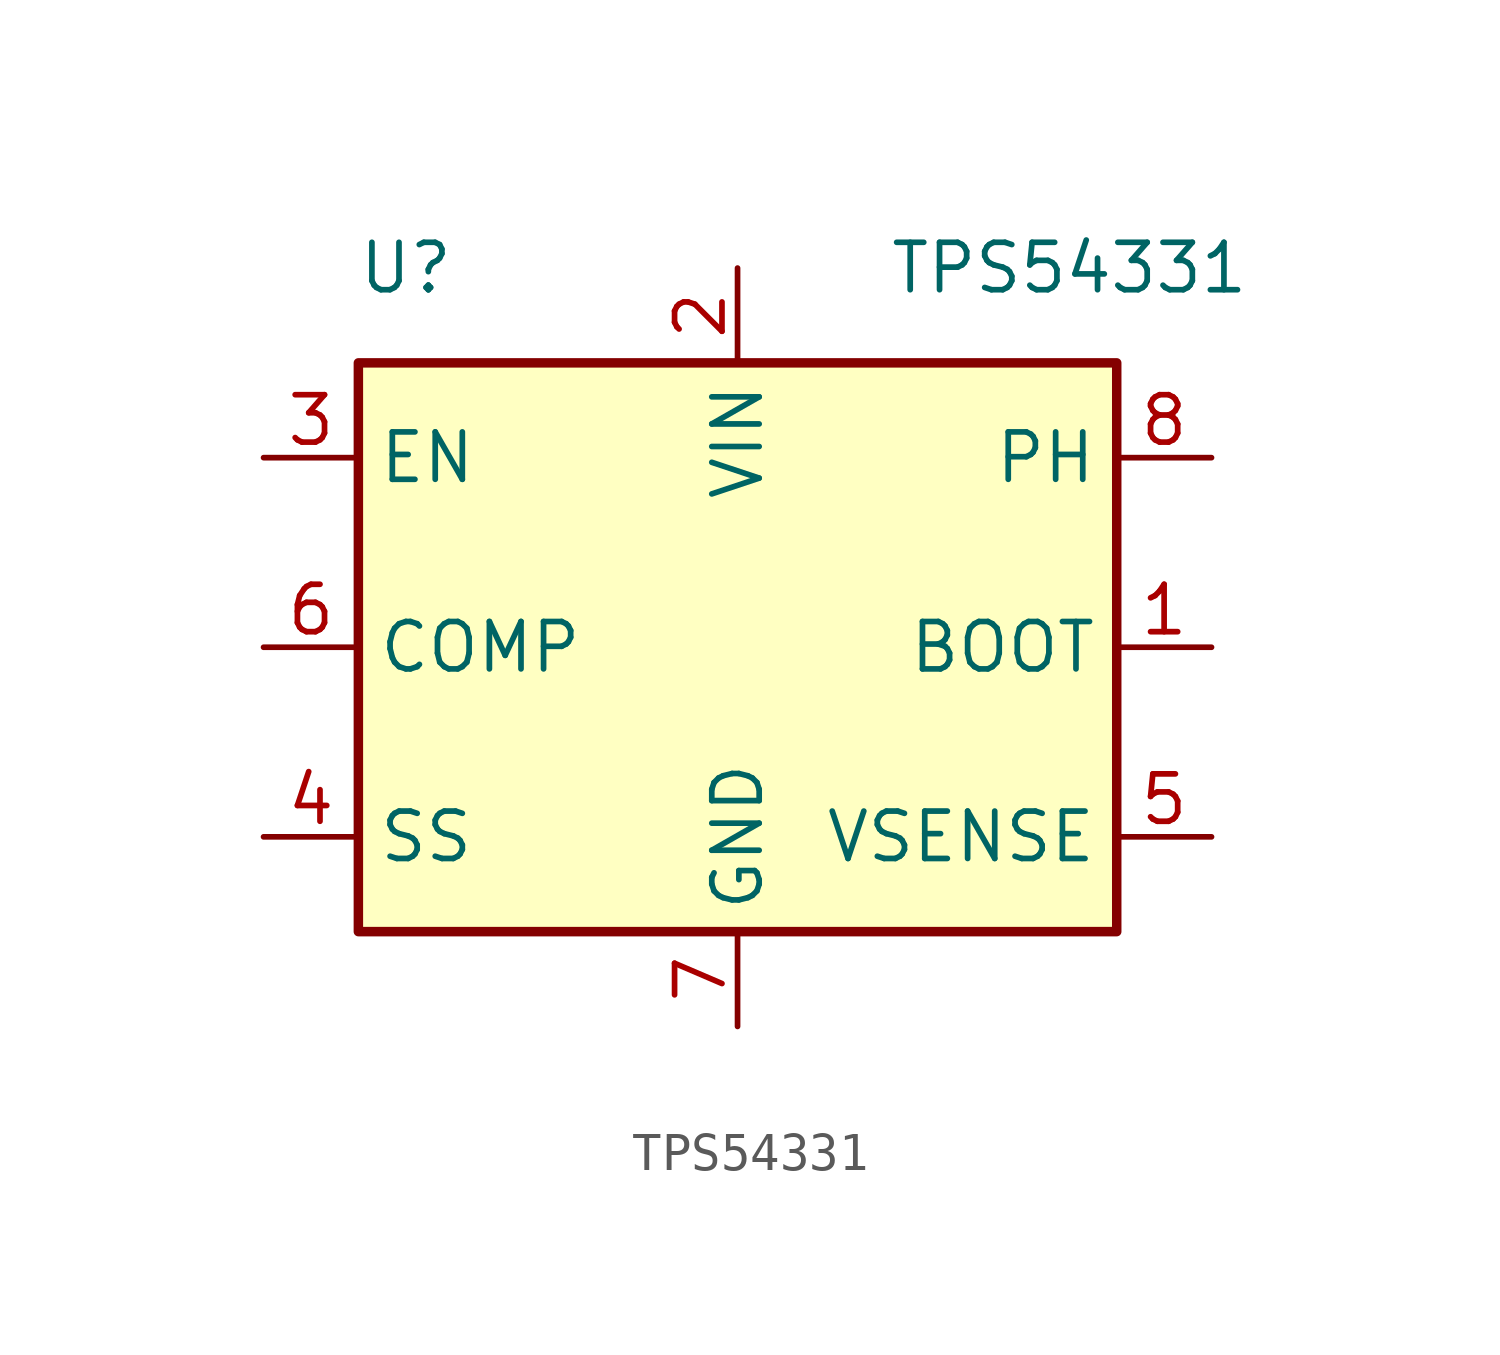
<source format=kicad_sym>
(kicad_symbol_lib
  (version 20211014)
  (generator kicad_symbol_editor)
  (symbol "TPS54331"
    (property "Reference" "U"
      (at -8.89 10.16 0)
      (effects (font (size 1.27 1.27))))
    (property "Value" "TPS54331"
      (at 8.89 10.16 0)
      (effects (font (size 1.27 1.27))))
    (symbol "TPS54331_1_1"
      (rectangle (start -10.16 7.62) (end 10.16 -7.62) (stroke (width 0.254) (type default) (color 0 0 0 0)) (fill (type background)))
      (pin output line (at 12.7 0 180) (length 2.54) (name "BOOT" (effects (font (size 1.27 1.27)))) (number "1" (effects (font (size 1.27 1.27)))))
      (pin power_in line (at 0 10.16 270) (length 2.54) (name "VIN" (effects (font (size 1.27 1.27)))) (number "2" (effects (font (size 1.27 1.27)))))
      (pin input line (at -12.7 5.08 0) (length 2.54) (name "EN" (effects (font (size 1.27 1.27)))) (number "3" (effects (font (size 1.27 1.27)))))
      (pin output line (at -12.7 -5.08 0) (length 2.54) (name "SS" (effects (font (size 1.27 1.27)))) (number "4" (effects (font (size 1.27 1.27)))))
      (pin input line (at 12.7 -5.08 180) (length 2.54) (name "VSENSE" (effects (font (size 1.27 1.27)))) (number "5" (effects (font (size 1.27 1.27)))))
      (pin output line (at -12.7 0 0) (length 2.54) (name "COMP" (effects (font (size 1.27 1.27)))) (number "6" (effects (font (size 1.27 1.27)))))
      (pin power_in line (at 0 -10.16 90) (length 2.54) (name "GND" (effects (font (size 1.27 1.27)))) (number "7" (effects (font (size 1.27 1.27)))))
      (pin output line (at 12.7 5.08 180) (length 2.54) (name "PH" (effects (font (size 1.27 1.27)))) (number "8" (effects (font (size 1.27 1.27))))))))
</source>
